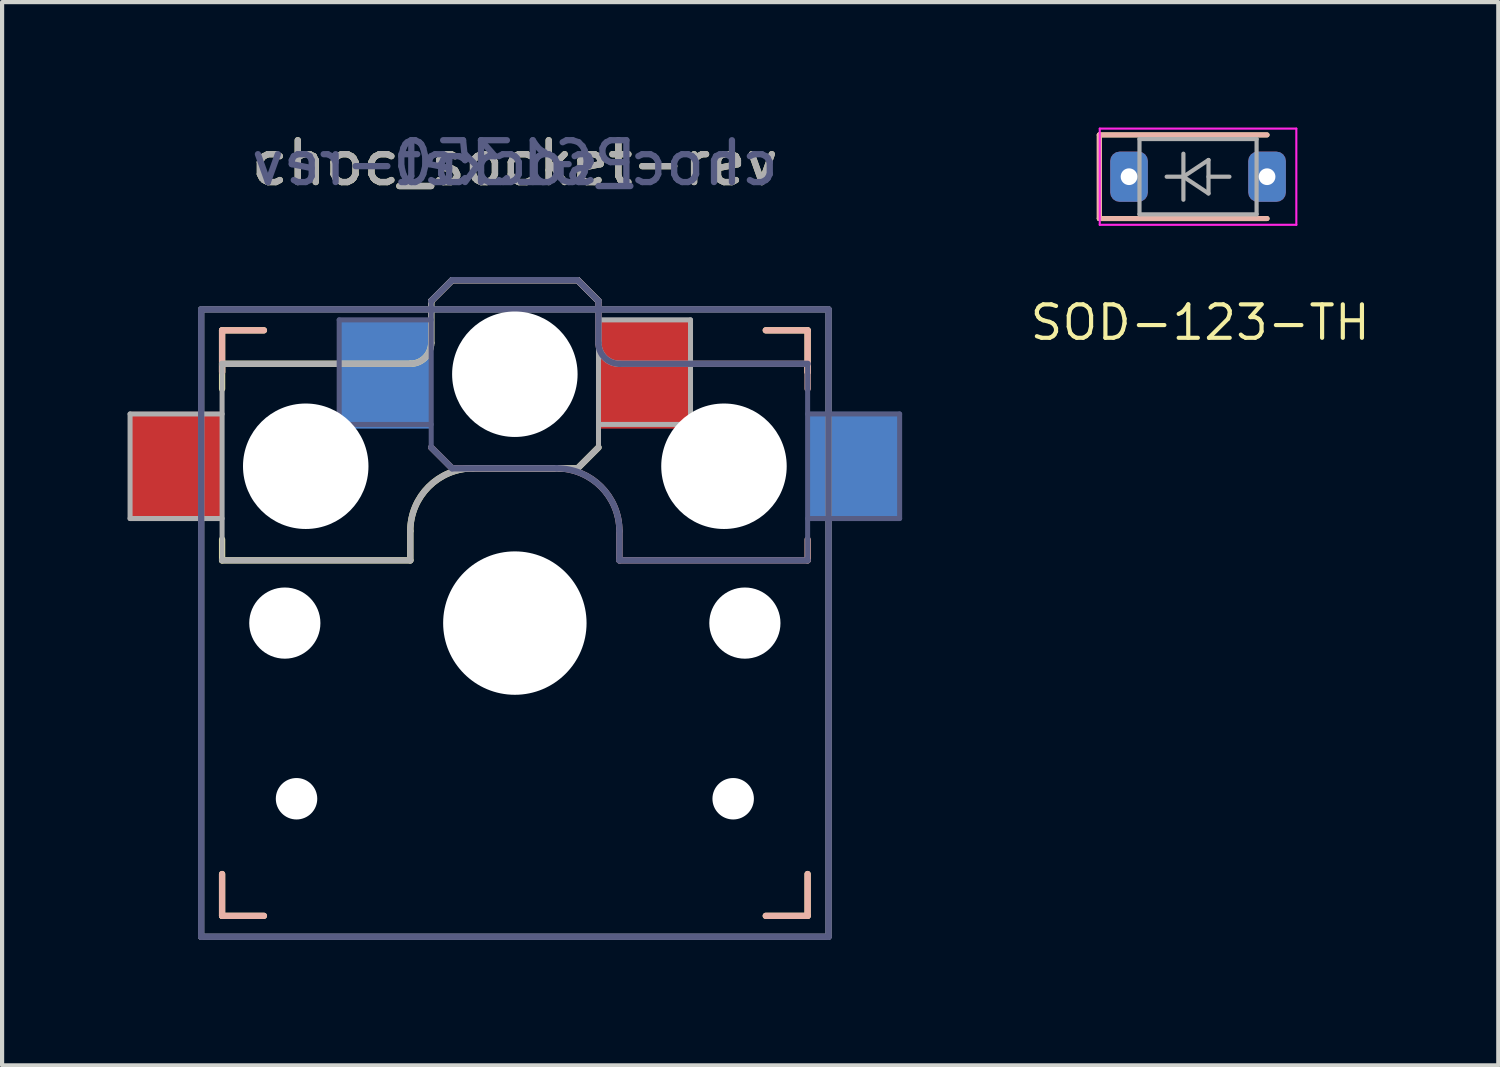
<source format=kicad_pcb>
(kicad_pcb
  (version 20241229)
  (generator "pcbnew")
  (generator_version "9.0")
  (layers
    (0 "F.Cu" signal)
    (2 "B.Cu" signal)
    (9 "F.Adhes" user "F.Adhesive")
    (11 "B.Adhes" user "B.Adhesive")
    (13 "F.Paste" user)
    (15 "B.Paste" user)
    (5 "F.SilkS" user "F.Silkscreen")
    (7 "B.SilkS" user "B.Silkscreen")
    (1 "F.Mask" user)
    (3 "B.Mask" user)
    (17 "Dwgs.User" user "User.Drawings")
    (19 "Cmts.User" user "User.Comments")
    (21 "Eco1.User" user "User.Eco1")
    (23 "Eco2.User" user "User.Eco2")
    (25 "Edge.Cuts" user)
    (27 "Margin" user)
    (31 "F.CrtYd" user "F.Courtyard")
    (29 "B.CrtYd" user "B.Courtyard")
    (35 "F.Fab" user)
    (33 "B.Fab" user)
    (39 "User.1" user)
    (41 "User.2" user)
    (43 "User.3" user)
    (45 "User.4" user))
  (footprint "choc_socket-rev"
    (layer "F.Cu")
    (at 9.26 11.848)
    (property "Reference" "choc_socket-rev" (at 0 -11 0) (layer "F.SilkS") (effects (font (size 1 1) (thickness 0.15))))
    (property "Value" "PG1350" (at 0 9 180) (layer "F.Fab") (hide yes) (effects (font (size 1 1) (thickness 0.15))))
    (attr smd)
    (fp_line (start -7 -7) (end -6 -7) (stroke (width 0.15) (type solid)) (layer "F.SilkS"))
    (fp_line (start -7 -6.2) (end -2.5 -6.2) (stroke (width 0.15) (type solid)) (layer "F.SilkS"))
    (fp_line (start -7 -6) (end -7 -7) (stroke (width 0.15) (type solid)) (layer "F.SilkS"))
    (fp_line (start -7 -5.6) (end -7 -6.2) (stroke (width 0.15) (type solid)) (layer "F.SilkS"))
    (fp_line (start -7 -1.5) (end -7 -2) (stroke (width 0.15) (type solid)) (layer "F.SilkS"))
    (fp_line (start -7 7) (end -7 6) (stroke (width 0.15) (type solid)) (layer "F.SilkS"))
    (fp_line (start -6 7) (end -7 7) (stroke (width 0.15) (type solid)) (layer "F.SilkS"))
    (fp_line (start -2.5 -2.2) (end -2.5 -1.5) (stroke (width 0.15) (type solid)) (layer "F.SilkS"))
    (fp_line (start -2.5 -1.5) (end -7 -1.5) (stroke (width 0.15) (type solid)) (layer "F.SilkS"))
    (fp_line (start -2 -6.7) (end -2 -7.7) (stroke (width 0.15) (type solid)) (layer "F.SilkS"))
    (fp_line (start -1.5 -8.2) (end -2 -7.7) (stroke (width 0.15) (type solid)) (layer "F.SilkS"))
    (fp_line (start 1.5 -8.2) (end -1.5 -8.2) (stroke (width 0.15) (type solid)) (layer "F.SilkS"))
    (fp_line (start 1.5 -3.7) (end -1 -3.7) (stroke (width 0.15) (type solid)) (layer "F.SilkS"))
    (fp_line (start 2 -7.7) (end 1.5 -8.2) (stroke (width 0.15) (type solid)) (layer "F.SilkS"))
    (fp_line (start 2 -4.2) (end 1.5 -3.7) (stroke (width 0.15) (type solid)) (layer "F.SilkS"))
    (fp_line (start 6 -7) (end 7 -7) (stroke (width 0.15) (type solid)) (layer "F.SilkS"))
    (fp_line (start 7 -7) (end 7 -6) (stroke (width 0.15) (type solid)) (layer "F.SilkS"))
    (fp_line (start 7 6) (end 7 7) (stroke (width 0.15) (type solid)) (layer "F.SilkS"))
    (fp_line (start 7 7) (end 6 7) (stroke (width 0.15) (type solid)) (layer "F.SilkS"))
    (fp_arc (start -2.5 -2.2) (mid -2.06066 -3.26066) (end -1 -3.7) (stroke (width 0.15) (type solid)) (layer "F.SilkS"))
    (fp_arc (start -2 -6.7) (mid -2.146447 -6.346447) (end -2.5 -6.2) (stroke (width 0.15) (type solid)) (layer "F.SilkS"))
    (fp_line (start -7 -7) (end -6 -7) (stroke (width 0.15) (type solid)) (layer "B.SilkS"))
    (fp_line (start -7 -6) (end -7 -7) (stroke (width 0.15) (type solid)) (layer "B.SilkS"))
    (fp_line (start -7 7) (end -7 6) (stroke (width 0.15) (type solid)) (layer "B.SilkS"))
    (fp_line (start -6 7) (end -7 7) (stroke (width 0.15) (type solid)) (layer "B.SilkS"))
    (fp_line (start -2 -7.7) (end -1.5 -8.2) (stroke (width 0.15) (type solid)) (layer "B.SilkS"))
    (fp_line (start -2 -4.2) (end -1.5 -3.7) (stroke (width 0.15) (type solid)) (layer "B.SilkS"))
    (fp_line (start -1.5 -8.2) (end 1.5 -8.2) (stroke (width 0.15) (type solid)) (layer "B.SilkS"))
    (fp_line (start -1.5 -3.7) (end 1 -3.7) (stroke (width 0.15) (type solid)) (layer "B.SilkS"))
    (fp_line (start 1.5 -8.2) (end 2 -7.7) (stroke (width 0.15) (type solid)) (layer "B.SilkS"))
    (fp_line (start 2 -6.7) (end 2 -7.7) (stroke (width 0.15) (type solid)) (layer "B.SilkS"))
    (fp_line (start 2.5 -2.2) (end 2.5 -1.5) (stroke (width 0.15) (type solid)) (layer "B.SilkS"))
    (fp_line (start 2.5 -1.5) (end 7 -1.5) (stroke (width 0.15) (type solid)) (layer "B.SilkS"))
    (fp_line (start 6 -7) (end 7 -7) (stroke (width 0.15) (type solid)) (layer "B.SilkS"))
    (fp_line (start 7 -7) (end 7 -6) (stroke (width 0.15) (type solid)) (layer "B.SilkS"))
    (fp_line (start 7 -6.2) (end 2.5 -6.2) (stroke (width 0.15) (type solid)) (layer "B.SilkS"))
    (fp_line (start 7 -5.6) (end 7 -6.2) (stroke (width 0.15) (type solid)) (layer "B.SilkS"))
    (fp_line (start 7 -1.5) (end 7 -2) (stroke (width 0.15) (type solid)) (layer "B.SilkS"))
    (fp_line (start 7 6) (end 7 7) (stroke (width 0.15) (type solid)) (layer "B.SilkS"))
    (fp_line (start 7 7) (end 6 7) (stroke (width 0.15) (type solid)) (layer "B.SilkS"))
    (fp_arc (start 1 -3.7) (mid 2.06066 -3.26066) (end 2.5 -2.2) (stroke (width 0.15) (type solid)) (layer "B.SilkS"))
    (fp_arc (start 2.5 -6.2) (mid 2.146447 -6.346447) (end 2 -6.7) (stroke (width 0.15) (type solid)) (layer "B.SilkS"))
    (fp_line (start -6.9 6.9) (end -6.9 -6.9) (stroke (width 0.15) (type solid)) (layer "Eco2.User"))
    (fp_line (start -6.9 6.9) (end 6.9 6.9) (stroke (width 0.15) (type solid)) (layer "Eco2.User"))
    (fp_line (start 6.9 -6.9) (end -6.9 -6.9) (stroke (width 0.15) (type solid)) (layer "Eco2.User"))
    (fp_line (start 6.9 -6.9) (end 6.9 6.9) (stroke (width 0.15) (type solid)) (layer "Eco2.User"))
    (fp_line (start -7.5 -7.5) (end 7.5 -7.5) (stroke (width 0.15) (type solid)) (layer "B.Fab"))
    (fp_line (start -7.5 7.5) (end -7.5 -7.5) (stroke (width 0.15) (type solid)) (layer "B.Fab"))
    (fp_line (start -4.2 -7.25) (end -2 -7.25) (stroke (width 0.12) (type solid)) (layer "B.Fab"))
    (fp_line (start -4.2 -4.75) (end -4.2 -7.25) (stroke (width 0.12) (type solid)) (layer "B.Fab"))
    (fp_line (start -2 -7.7) (end -1.5 -8.2) (stroke (width 0.15) (type solid)) (layer "B.Fab"))
    (fp_line (start -2 -4.75) (end -4.2 -4.75) (stroke (width 0.12) (type solid)) (layer "B.Fab"))
    (fp_line (start -2 -4.25) (end -2 -7.7) (stroke (width 0.12) (type solid)) (layer "B.Fab"))
    (fp_line (start -2 -4.2) (end -1.5 -3.7) (stroke (width 0.15) (type solid)) (layer "B.Fab"))
    (fp_line (start -1.5 -8.2) (end 1.5 -8.2) (stroke (width 0.15) (type solid)) (layer "B.Fab"))
    (fp_line (start -1.5 -3.7) (end 1 -3.7) (stroke (width 0.15) (type solid)) (layer "B.Fab"))
    (fp_line (start 1.5 -8.2) (end 2 -7.7) (stroke (width 0.15) (type solid)) (layer "B.Fab"))
    (fp_line (start 2 -6.7) (end 2 -7.7) (stroke (width 0.15) (type solid)) (layer "B.Fab"))
    (fp_line (start 2.5 -2.2) (end 2.5 -1.5) (stroke (width 0.15) (type solid)) (layer "B.Fab"))
    (fp_line (start 2.5 -1.5) (end 7 -1.5) (stroke (width 0.15) (type solid)) (layer "B.Fab"))
    (fp_line (start 7 -6.2) (end 2.5 -6.2) (stroke (width 0.15) (type solid)) (layer "B.Fab"))
    (fp_line (start 7 -5) (end 9.2 -5) (stroke (width 0.12) (type solid)) (layer "B.Fab"))
    (fp_line (start 7 -1.5) (end 7 -6.2) (stroke (width 0.12) (type solid)) (layer "B.Fab"))
    (fp_line (start 7.5 -7.5) (end 7.5 7.5) (stroke (width 0.15) (type solid)) (layer "B.Fab"))
    (fp_line (start 7.5 7.5) (end -7.5 7.5) (stroke (width 0.15) (type solid)) (layer "B.Fab"))
    (fp_line (start 9.2 -5) (end 9.2 -2.5) (stroke (width 0.12) (type solid)) (layer "B.Fab"))
    (fp_line (start 9.2 -2.5) (end 7 -2.5) (stroke (width 0.12) (type solid)) (layer "B.Fab"))
    (fp_arc (start 1 -3.7) (mid 2.06066 -3.26066) (end 2.5 -2.2) (stroke (width 0.15) (type solid)) (layer "B.Fab"))
    (fp_arc (start 2.5 -6.2) (mid 2.146447 -6.346447) (end 2 -6.7) (stroke (width 0.15) (type solid)) (layer "B.Fab"))
    (fp_line (start -9.2 -5) (end -9.2 -2.5) (stroke (width 0.12) (type solid)) (layer "F.Fab"))
    (fp_line (start -9.2 -2.5) (end -7 -2.5) (stroke (width 0.12) (type solid)) (layer "F.Fab"))
    (fp_line (start -7.5 -7.5) (end 7.5 -7.5) (stroke (width 0.15) (type solid)) (layer "F.Fab"))
    (fp_line (start -7.5 7.5) (end -7.5 -7.5) (stroke (width 0.15) (type solid)) (layer "F.Fab"))
    (fp_line (start -7 -6.2) (end -2.5 -6.2) (stroke (width 0.15) (type solid)) (layer "F.Fab"))
    (fp_line (start -7 -5) (end -9.2 -5) (stroke (width 0.12) (type solid)) (layer "F.Fab"))
    (fp_line (start -7 -1.5) (end -7 -6.2) (stroke (width 0.12) (type solid)) (layer "F.Fab"))
    (fp_line (start -2.5 -2.2) (end -2.5 -1.5) (stroke (width 0.15) (type solid)) (layer "F.Fab"))
    (fp_line (start -2.5 -1.5) (end -7 -1.5) (stroke (width 0.15) (type solid)) (layer "F.Fab"))
    (fp_line (start -2 -6.7) (end -2 -7.7) (stroke (width 0.15) (type solid)) (layer "F.Fab"))
    (fp_line (start -1.5 -8.2) (end -2 -7.7) (stroke (width 0.15) (type solid)) (layer "F.Fab"))
    (fp_line (start 1.5 -8.2) (end -1.5 -8.2) (stroke (width 0.15) (type solid)) (layer "F.Fab"))
    (fp_line (start 1.5 -3.7) (end -1 -3.7) (stroke (width 0.15) (type solid)) (layer "F.Fab"))
    (fp_line (start 2 -7.7) (end 1.5 -8.2) (stroke (width 0.15) (type solid)) (layer "F.Fab"))
    (fp_line (start 2 -4.75) (end 4.2 -4.75) (stroke (width 0.12) (type solid)) (layer "F.Fab"))
    (fp_line (start 2 -4.25) (end 2 -7.7) (stroke (width 0.12) (type solid)) (layer "F.Fab"))
    (fp_line (start 2 -4.2) (end 1.5 -3.7) (stroke (width 0.15) (type solid)) (layer "F.Fab"))
    (fp_line (start 4.2 -7.25) (end 2 -7.25) (stroke (width 0.12) (type solid)) (layer "F.Fab"))
    (fp_line (start 4.2 -4.75) (end 4.2 -7.25) (stroke (width 0.12) (type solid)) (layer "F.Fab"))
    (fp_line (start 7.5 -7.5) (end 7.5 7.5) (stroke (width 0.15) (type solid)) (layer "F.Fab"))
    (fp_line (start 7.5 7.5) (end -7.5 7.5) (stroke (width 0.15) (type solid)) (layer "F.Fab"))
    (fp_arc (start -2.5 -2.2) (mid -2.06066 -3.26066) (end -1 -3.7) (stroke (width 0.15) (type solid)) (layer "F.Fab"))
    (fp_arc (start -2 -6.7) (mid -2.146447 -6.346447) (end -2.5 -6.2) (stroke (width 0.15) (type solid)) (layer "F.Fab"))
    (fp_text user "${REFERENCE}" (at 0 -11 180) (layer "B.Fab") (effects (font (size 1 1) (thickness 0.15)) (justify mirror)))
    (fp_text user "${VALUE}" (at 0 -11 180) (layer "B.Fab") (effects (font (size 1 1) (thickness 0.15)) (justify mirror)))
    (fp_text user "${REFERENCE}" (at 0 -11 0) (layer "F.Fab") (effects (font (size 1 1) (thickness 0.15))))
    (pad "" np_thru_hole circle (at -5.5 0 180) (size 1.702 1.702) (drill 1.702) (layers "*.Cu" "*.Mask"))
    (pad "" np_thru_hole circle (at -5.22 4.2 180) (size 0.991 0.991) (drill 0.991) (layers "*.Cu" "*.Mask"))
    (pad "" np_thru_hole circle (at -5 -3.75 180) (size 3 3) (drill 3) (layers "*.Cu" "*.Mask"))
    (pad "" np_thru_hole circle (at 0 -5.95 180) (size 3 3) (drill 3) (layers "*.Cu" "*.Mask"))
    (pad "" np_thru_hole circle (at 0 0 180) (size 3.429 3.429) (drill 3.429) (layers "*.Cu" "*.Mask"))
    (pad "" np_thru_hole circle (at 5 -3.75 180) (size 3 3) (drill 3) (layers "*.Cu" "*.Mask"))
    (pad "" np_thru_hole circle (at 5.22 4.2 180) (size 0.991 0.991) (drill 0.991) (layers "*.Cu" "*.Mask"))
    (pad "" np_thru_hole circle (at 5.5 0 180) (size 1.702 1.702) (drill 1.702) (layers "*.Cu" "*.Mask"))
    (pad "1" smd rect (at -3.087 -5.95 180) (size 2.225 2.6) (layers "B.Cu" "B.Mask" "B.Paste"))
    (pad "1" smd rect (at 3.087 -5.95 180) (size 2.225 2.6) (layers "F.Cu" "F.Mask" "F.Paste"))
    (pad "2" smd rect (at -8.088 -3.75 180) (size 2.225 2.6) (layers "F.Cu" "F.Mask" "F.Paste"))
    (pad "2" smd rect (at 8.088 -3.75 180) (size 2.225 2.6) (layers "B.Cu" "B.Mask" "B.Paste")))
  (footprint "SOD-123-TH"
    (layer "F.Cu")
    (at 25.596 1.182)
    (property "Reference" "SOD-123-TH" (at 0.051 3.48 0) (unlocked yes) (layer "F.SilkS") (effects (font (size 0.8 0.8) (thickness 0.1))))
    (attr smd)
    (fp_line (start -2.361 -1.007) (end -2.361 0.993) (stroke (width 0.12) (type solid)) (layer "F.SilkS"))
    (fp_line (start -2.361 -1.007) (end 1.649 -1.007) (stroke (width 0.12) (type solid)) (layer "F.SilkS"))
    (fp_line (start -2.361 0.993) (end 1.649 0.993) (stroke (width 0.12) (type solid)) (layer "F.SilkS"))
    (fp_line (start -2.362 -1.006) (end 1.648 -1.006) (stroke (width 0.12) (type solid)) (layer "B.SilkS"))
    (fp_line (start -2.362 0.994) (end -2.362 -1.006) (stroke (width 0.12) (type solid)) (layer "B.SilkS"))
    (fp_line (start -2.362 0.994) (end 1.648 0.994) (stroke (width 0.12) (type solid)) (layer "B.SilkS"))
    (fp_line (start -2.351 -1.157) (end -2.351 1.143) (stroke (width 0.05) (type solid)) (layer "F.CrtYd"))
    (fp_line (start -2.351 -1.157) (end 2.349 -1.157) (stroke (width 0.05) (type solid)) (layer "F.CrtYd"))
    (fp_line (start 2.349 -1.157) (end 2.349 1.143) (stroke (width 0.05) (type solid)) (layer "F.CrtYd"))
    (fp_line (start 2.349 1.143) (end -2.351 1.143) (stroke (width 0.05) (type solid)) (layer "F.CrtYd"))
    (fp_line (start -1.401 -0.907) (end 1.399 -0.907) (stroke (width 0.1) (type solid)) (layer "F.Fab"))
    (fp_line (start -1.401 0.893) (end -1.401 -0.907) (stroke (width 0.1) (type solid)) (layer "F.Fab"))
    (fp_line (start -0.751 -0.007) (end -0.351 -0.007) (stroke (width 0.1) (type solid)) (layer "F.Fab"))
    (fp_line (start -0.351 -0.007) (end -0.351 -0.557) (stroke (width 0.1) (type solid)) (layer "F.Fab"))
    (fp_line (start -0.351 -0.007) (end -0.351 0.543) (stroke (width 0.1) (type solid)) (layer "F.Fab"))
    (fp_line (start -0.351 -0.007) (end 0.249 -0.407) (stroke (width 0.1) (type solid)) (layer "F.Fab"))
    (fp_line (start 0.249 -0.407) (end 0.249 0.393) (stroke (width 0.1) (type solid)) (layer "F.Fab"))
    (fp_line (start 0.249 -0.007) (end 0.749 -0.007) (stroke (width 0.1) (type solid)) (layer "F.Fab"))
    (fp_line (start 0.249 0.393) (end -0.351 -0.007) (stroke (width 0.1) (type solid)) (layer "F.Fab"))
    (fp_line (start 1.399 -0.907) (end 1.399 0.893) (stroke (width 0.1) (type solid)) (layer "F.Fab"))
    (fp_line (start 1.399 0.893) (end -1.401 0.893) (stroke (width 0.1) (type solid)) (layer "F.Fab"))
    (pad "1" thru_hole roundrect (at -1.651 -0.007) (size 0.9 1.2) (drill 0.4) (layers "*.Cu" "*.Mask") (roundrect_rratio 0.25))
    (pad "2" thru_hole roundrect (at 1.649 -0.007) (size 0.9 1.2) (drill 0.4) (layers "*.Cu" "*.Mask") (roundrect_rratio 0.25)))
  (gr_rect
    (start -3 -3)
    (end 32.774 22.423)
    (stroke (width 0.1) (type default))
    (fill no)
    (layer "Edge.Cuts")))
</source>
